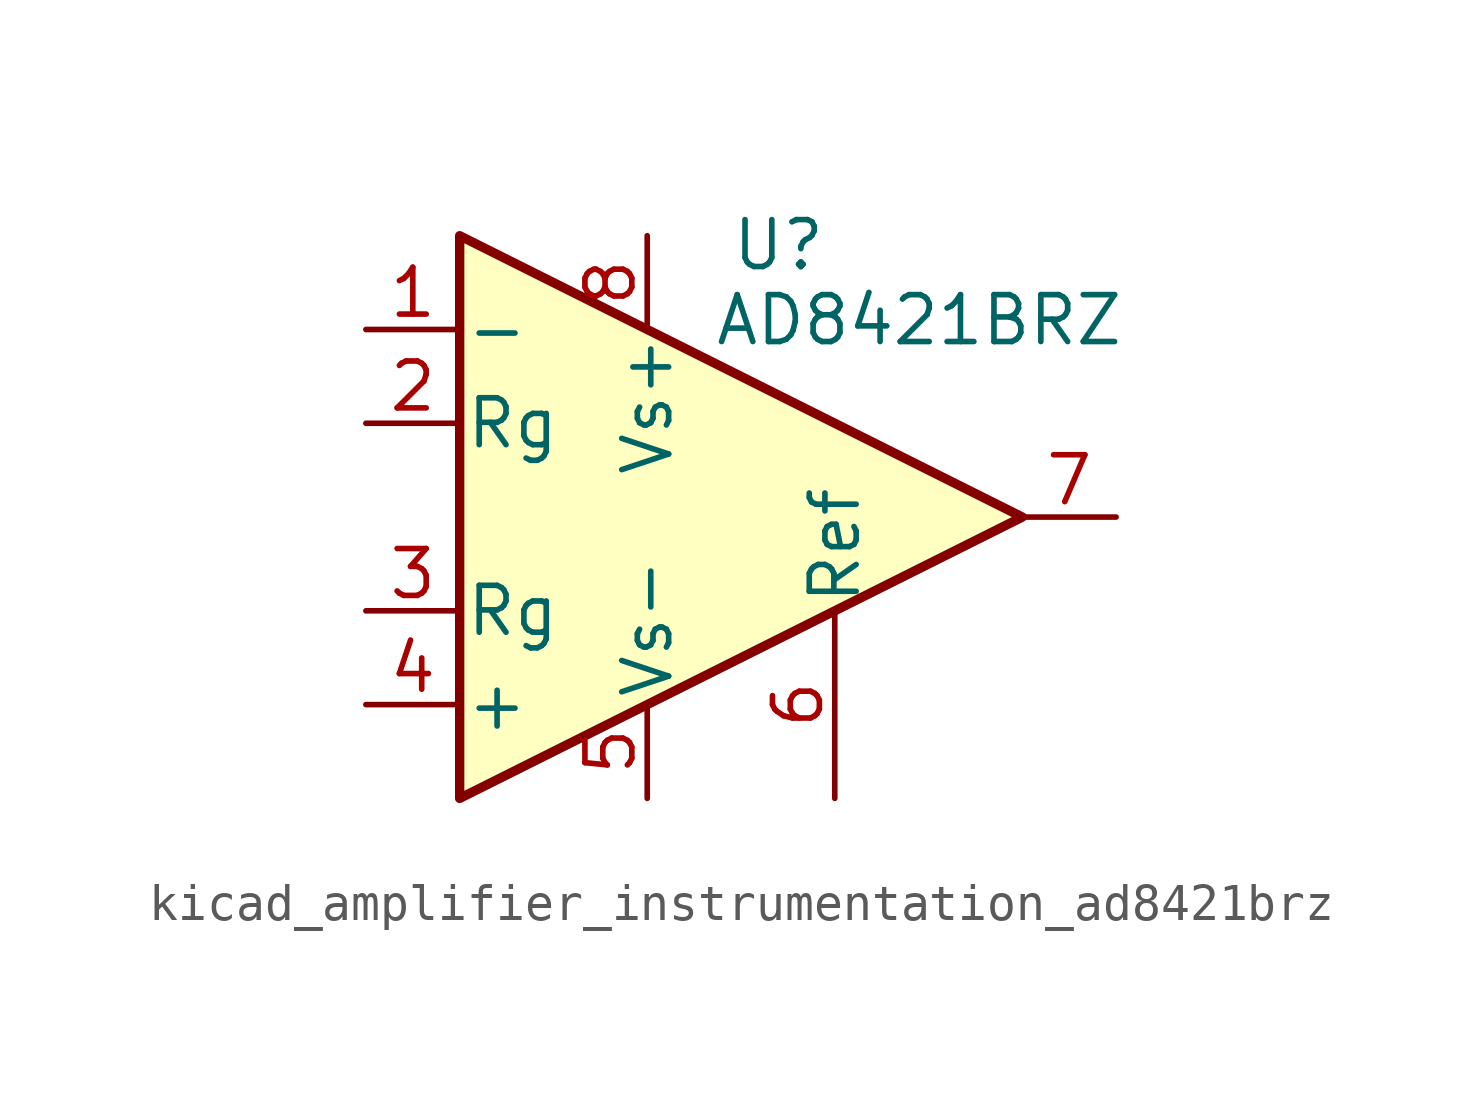
<source format=kicad_sym>
(kicad_symbol_lib
  (version 20220914)
  (generator kicad_symbol_editor)
  (symbol "kicad_amplifier_instrumentation_ad8421brz"
    (pin_names
      (offset 0.127))
    (property "Reference" "U"
      (at 3.556 7.366 0)
      (effects (font (size 1.27 1.27))))
    (property "Value" "AD8421BRZ"
      (at 7.366 5.334 0)
      (effects (font (size 1.27 1.27))))
    (symbol "kicad_amplifier_instrumentation_ad8421brz_0_1"
      (polyline (pts (xy -5.08 7.62) (xy -5.08 -7.62) (xy 10.16 0) (xy -5.08 7.62)) (stroke (width 0.254) (type default)) (fill (type background))))
    (symbol "kicad_amplifier_instrumentation_ad8421brz_1_1"
      (pin input line (at -7.62 5.08 0) (length 2.54) (name "-" (effects (font (size 1.27 1.27)))) (number "1" (effects (font (size 1.27 1.27)))))
      (pin passive line (at -7.62 2.54 0) (length 2.54) (name "Rg" (effects (font (size 1.27 1.27)))) (number "2" (effects (font (size 1.27 1.27)))))
      (pin passive line (at -7.62 -2.54 0) (length 2.54) (name "Rg" (effects (font (size 1.27 1.27)))) (number "3" (effects (font (size 1.27 1.27)))))
      (pin input line (at -7.62 -5.08 0) (length 2.54) (name "+" (effects (font (size 1.27 1.27)))) (number "4" (effects (font (size 1.27 1.27)))))
      (pin power_in line (at 0 -7.62 90) (length 2.54) (name "Vs-" (effects (font (size 1.27 1.27)))) (number "5" (effects (font (size 1.27 1.27)))))
      (pin passive line (at 5.08 -7.62 90) (length 5.08) (name "Ref" (effects (font (size 1.27 1.27)))) (number "6" (effects (font (size 1.27 1.27)))))
      (pin output line (at 12.7 0 180) (length 2.54) (name "~" (effects (font (size 1.27 1.27)))) (number "7" (effects (font (size 1.27 1.27)))))
      (pin power_in line (at 0 7.62 270) (length 2.54) (name "Vs+" (effects (font (size 1.27 1.27)))) (number "8" (effects (font (size 1.27 1.27))))))))
</source>
